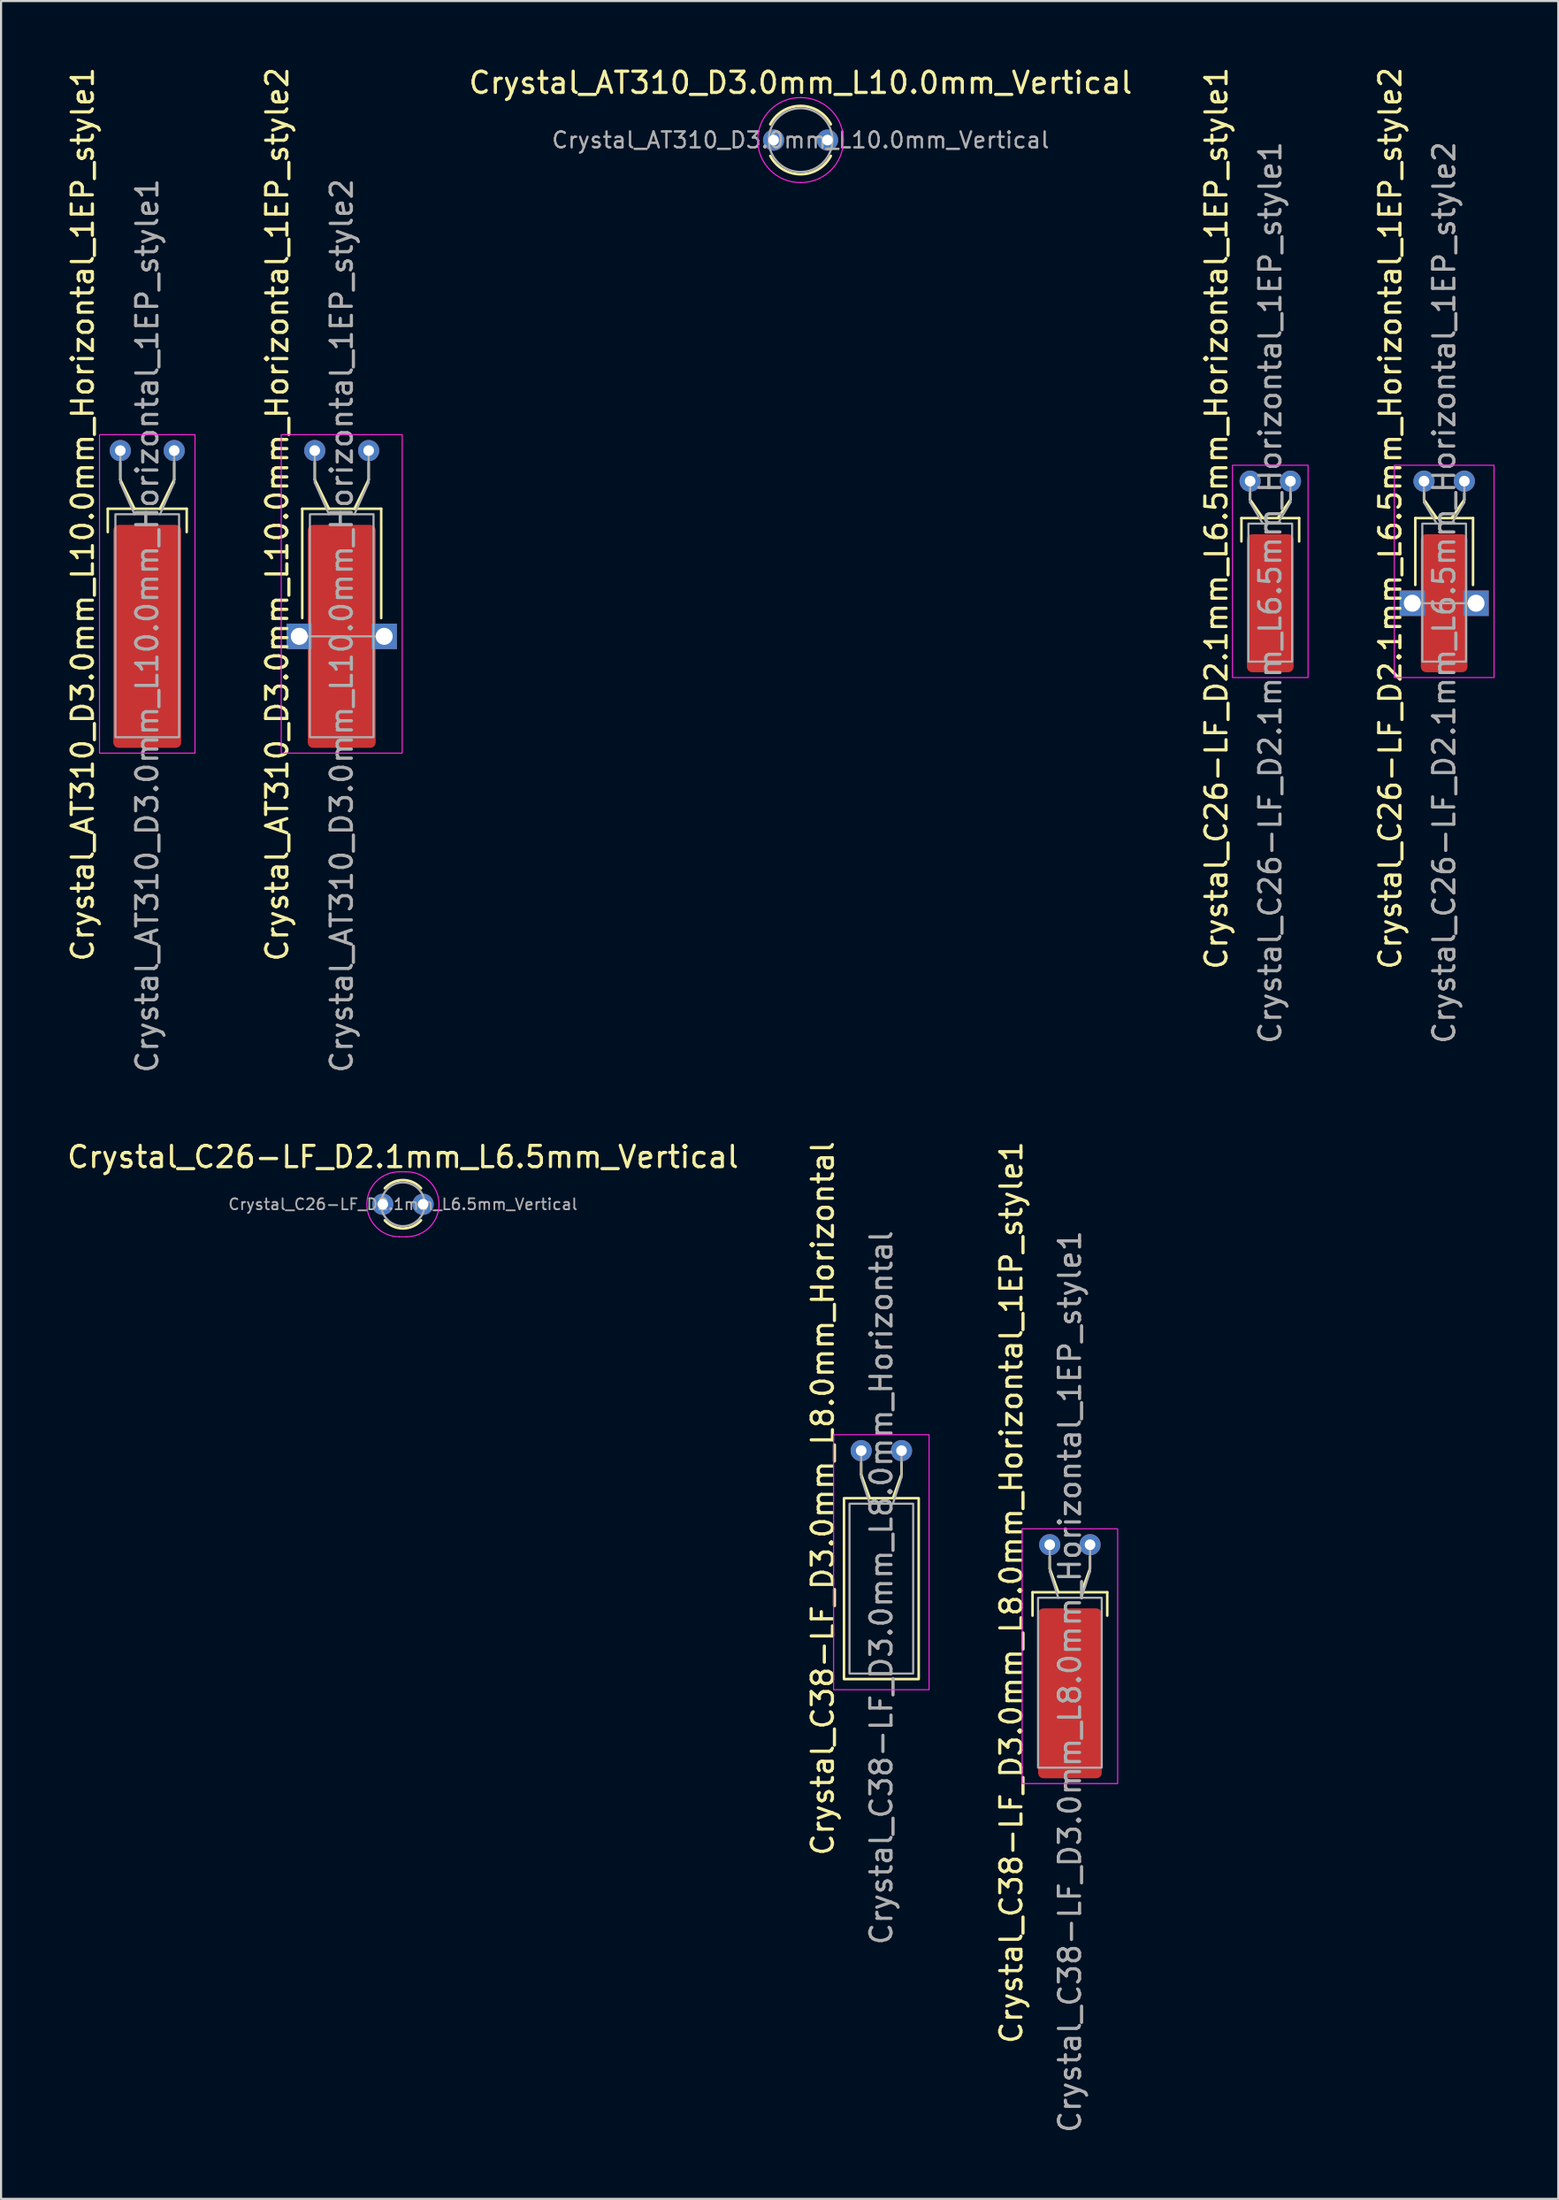
<source format=kicad_pcb>
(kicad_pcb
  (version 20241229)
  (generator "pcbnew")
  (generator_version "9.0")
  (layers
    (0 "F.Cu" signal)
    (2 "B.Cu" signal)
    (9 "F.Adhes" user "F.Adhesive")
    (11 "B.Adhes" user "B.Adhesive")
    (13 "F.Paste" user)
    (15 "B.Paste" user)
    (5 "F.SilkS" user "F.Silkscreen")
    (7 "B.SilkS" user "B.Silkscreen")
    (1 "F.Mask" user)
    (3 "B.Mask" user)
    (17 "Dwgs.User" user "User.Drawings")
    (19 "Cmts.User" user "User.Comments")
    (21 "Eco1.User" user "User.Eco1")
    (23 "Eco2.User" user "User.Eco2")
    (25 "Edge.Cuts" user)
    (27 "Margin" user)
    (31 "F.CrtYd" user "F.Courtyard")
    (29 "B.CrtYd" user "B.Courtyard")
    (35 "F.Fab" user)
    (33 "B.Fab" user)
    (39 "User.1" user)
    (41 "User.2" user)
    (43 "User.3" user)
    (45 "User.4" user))
  (footprint "Crystal_C38-LF_D3.0mm_L8.0mm_Horizontal"
    (layer "F.Cu")
    (at 37.527 65.277)
    (property "Reference" "Crystal_C38-LF_D3.0mm_L8.0mm_Horizontal" (at -1.81 2.252 90) (layer "F.SilkS") (effects (font (size 1 1) (thickness 0.15))))
    (attr through_hole)
    (fp_line (start 0 1.12) (end 0 0.56) (stroke (width 0.12) (type solid)) (layer "F.SilkS"))
    (fp_line (start 0.405 2.24) (end 0 1.12) (stroke (width 0.12) (type solid)) (layer "F.SilkS"))
    (fp_line (start 1.495 2.24) (end 1.9 1.12) (stroke (width 0.12) (type solid)) (layer "F.SilkS"))
    (fp_line (start 1.9 1.12) (end 1.9 0.56) (stroke (width 0.12) (type solid)) (layer "F.SilkS"))
    (fp_rect (start -0.81 2.24) (end 2.71 10.76) (stroke (width 0.12) (type solid)) (fill no) (layer "F.SilkS"))
    (fp_rect (start -1.3 -0.75) (end 3.2 11.26) (stroke (width 0.05) (type solid)) (fill no) (layer "F.CrtYd"))
    (fp_line (start 0 1.25) (end 0 0) (stroke (width 0.1) (type solid)) (layer "F.Fab"))
    (fp_line (start 0.405 2.5) (end 0 1.25) (stroke (width 0.1) (type solid)) (layer "F.Fab"))
    (fp_line (start 1.495 2.5) (end 1.9 1.25) (stroke (width 0.1) (type solid)) (layer "F.Fab"))
    (fp_line (start 1.9 1.25) (end 1.9 0) (stroke (width 0.1) (type solid)) (layer "F.Fab"))
    (fp_rect (start -0.55 2.5) (end 2.45 10.5) (stroke (width 0.1) (type solid)) (fill no) (layer "F.Fab"))
    (fp_text user "${REFERENCE}" (at 0.95 6.456 90) (layer "F.Fab") (effects (font (size 1 1) (thickness 0.15))))
    (pad "1" thru_hole circle (at 0 0) (size 1 1) (drill 0.5) (layers "*.Cu" "*.Mask"))
    (pad "2" thru_hole circle (at 1.9 0) (size 1 1) (drill 0.5) (layers "*.Cu" "*.Mask")))
  (footprint "Crystal_C26-LF_D2.1mm_L6.5mm_Horizontal_1EP_style1"
    (layer "F.Cu")
    (at 55.853 19.613)
    (property "Reference" "Crystal_C26-LF_D2.1mm_L6.5mm_Horizontal_1EP_style1" (at -1.59 1.75 90) (layer "F.SilkS") (effects (font (size 1 1) (thickness 0.15))))
    (attr through_hole)
    (fp_line (start -0.41 1.74) (end 2.31 1.74) (stroke (width 0.12) (type solid)) (layer "F.SilkS"))
    (fp_line (start -0.41 2.84) (end -0.41 1.74) (stroke (width 0.12) (type solid)) (layer "F.SilkS"))
    (fp_line (start 0 0.87) (end 0 0.56) (stroke (width 0.12) (type solid)) (layer "F.SilkS"))
    (fp_line (start 0.6 1.74) (end 0 0.87) (stroke (width 0.12) (type solid)) (layer "F.SilkS"))
    (fp_line (start 1.3 1.74) (end 1.9 0.87) (stroke (width 0.12) (type solid)) (layer "F.SilkS"))
    (fp_line (start 1.9 0.87) (end 1.9 0.56) (stroke (width 0.12) (type solid)) (layer "F.SilkS"))
    (fp_line (start 2.31 1.74) (end 2.31 2.84) (stroke (width 0.12) (type solid)) (layer "F.SilkS"))
    (fp_rect (start -0.83 -0.75) (end 2.73 9.25) (stroke (width 0.05) (type solid)) (fill no) (layer "F.CrtYd"))
    (fp_line (start 0 1) (end 0 0) (stroke (width 0.1) (type solid)) (layer "F.Fab"))
    (fp_line (start 0.6 2) (end 0 1) (stroke (width 0.1) (type solid)) (layer "F.Fab"))
    (fp_line (start 1.3 2) (end 1.9 1) (stroke (width 0.1) (type solid)) (layer "F.Fab"))
    (fp_line (start 1.9 1) (end 1.9 0) (stroke (width 0.1) (type solid)) (layer "F.Fab"))
    (fp_rect (start -0.08 2) (end 1.98 8.5) (stroke (width 0.1) (type solid)) (fill no) (layer "F.Fab"))
    (fp_text user "${REFERENCE}" (at 0.95 5.25 90) (layer "F.Fab") (effects (font (size 1 1) (thickness 0.15))))
    (pad "1" thru_hole circle (at 0 0) (size 1 1) (drill 0.5) (layers "*.Cu" "*.Mask"))
    (pad "2" thru_hole circle (at 1.9 0) (size 1 1) (drill 0.5) (layers "*.Cu" "*.Mask"))
    (pad "3" smd roundrect (at 0.95 5.75) (size 2.2 6.5) (layers "F.Cu" "F.Mask" "F.Paste") (roundrect_rratio 0.114)))
  (footprint "Crystal_AT310_D3.0mm_L10.0mm_Horizontal_1EP_style2"
    (layer "F.Cu")
    (at 11.781 18.173)
    (property "Reference" "Crystal_AT310_D3.0mm_L10.0mm_Horizontal_1EP_style2" (at -1.77 3 90) (layer "F.SilkS") (effects (font (size 1 1) (thickness 0.15))))
    (attr through_hole)
    (fp_line (start -0.59 2.74) (end 3.13 2.74) (stroke (width 0.12) (type solid)) (layer "F.SilkS"))
    (fp_line (start -0.59 7.89) (end -0.59 2.74) (stroke (width 0.12) (type solid)) (layer "F.SilkS"))
    (fp_line (start 0 1.37) (end 0 0.56) (stroke (width 0.12) (type solid)) (layer "F.SilkS"))
    (fp_line (start 0.67 2.74) (end 0 1.37) (stroke (width 0.12) (type solid)) (layer "F.SilkS"))
    (fp_line (start 1.87 2.74) (end 2.54 1.37) (stroke (width 0.12) (type solid)) (layer "F.SilkS"))
    (fp_line (start 2.54 1.37) (end 2.54 0.56) (stroke (width 0.12) (type solid)) (layer "F.SilkS"))
    (fp_line (start 3.13 2.74) (end 3.13 7.89) (stroke (width 0.12) (type solid)) (layer "F.SilkS"))
    (fp_rect (start -1.58 -0.75) (end 4.12 14.25) (stroke (width 0.05) (type solid)) (fill no) (layer "F.CrtYd"))
    (fp_line (start -0.73 8.75) (end 3.27 8.75) (stroke (width 0.1) (type solid)) (layer "F.Fab"))
    (fp_line (start 0 1.5) (end 0 0) (stroke (width 0.1) (type solid)) (layer "F.Fab"))
    (fp_line (start 0.67 3) (end 0 1.5) (stroke (width 0.1) (type solid)) (layer "F.Fab"))
    (fp_line (start 1.87 3) (end 2.54 1.5) (stroke (width 0.1) (type solid)) (layer "F.Fab"))
    (fp_line (start 2.54 1.5) (end 2.54 0) (stroke (width 0.1) (type solid)) (layer "F.Fab"))
    (fp_rect (start -0.23 3) (end 2.77 13.5) (stroke (width 0.1) (type solid)) (fill no) (layer "F.Fab"))
    (fp_text user "${REFERENCE}" (at 1.27 8.25 90) (layer "F.Fab") (effects (font (size 1 1) (thickness 0.15))))
    (pad "1" thru_hole circle (at 0 0) (size 1 1) (drill 0.5) (layers "*.Cu" "*.Mask"))
    (pad "2" thru_hole circle (at 2.54 0) (size 1 1) (drill 0.5) (layers "*.Cu" "*.Mask"))
    (pad "3" thru_hole rect (at -0.73 8.75) (size 1.2 1.2) (drill 0.8) (layers "*.Cu" "*.Mask"))
    (pad "3" smd roundrect (at 1.27 8.75) (size 3.2 10.5) (layers "F.Cu" "F.Mask" "F.Paste") (roundrect_rratio 0.078))
    (pad "3" thru_hole rect (at 3.27 8.75) (size 1.2 1.2) (drill 0.8) (layers "*.Cu" "*.Mask")))
  (footprint "Crystal_C26-LF_D2.1mm_L6.5mm_Horizontal_1EP_style2"
    (layer "F.Cu")
    (at 64.046 19.613)
    (property "Reference" "Crystal_C26-LF_D2.1mm_L6.5mm_Horizontal_1EP_style2" (at -1.59 1.75 90) (layer "F.SilkS") (effects (font (size 1 1) (thickness 0.15))))
    (attr through_hole)
    (fp_line (start -0.41 1.74) (end 2.31 1.74) (stroke (width 0.12) (type solid)) (layer "F.SilkS"))
    (fp_line (start -0.41 4.89) (end -0.41 1.74) (stroke (width 0.12) (type solid)) (layer "F.SilkS"))
    (fp_line (start 0 0.87) (end 0 0.56) (stroke (width 0.12) (type solid)) (layer "F.SilkS"))
    (fp_line (start 0.6 1.74) (end 0 0.87) (stroke (width 0.12) (type solid)) (layer "F.SilkS"))
    (fp_line (start 1.3 1.74) (end 1.9 0.87) (stroke (width 0.12) (type solid)) (layer "F.SilkS"))
    (fp_line (start 1.9 0.87) (end 1.9 0.56) (stroke (width 0.12) (type solid)) (layer "F.SilkS"))
    (fp_line (start 2.31 1.74) (end 2.31 4.89) (stroke (width 0.12) (type solid)) (layer "F.SilkS"))
    (fp_rect (start -1.4 -0.75) (end 3.3 9.25) (stroke (width 0.05) (type solid)) (fill no) (layer "F.CrtYd"))
    (fp_line (start -0.55 5.75) (end 2.45 5.75) (stroke (width 0.1) (type solid)) (layer "F.Fab"))
    (fp_line (start 0 1) (end 0 0) (stroke (width 0.1) (type solid)) (layer "F.Fab"))
    (fp_line (start 0.6 2) (end 0 1) (stroke (width 0.1) (type solid)) (layer "F.Fab"))
    (fp_line (start 1.3 2) (end 1.9 1) (stroke (width 0.1) (type solid)) (layer "F.Fab"))
    (fp_line (start 1.9 1) (end 1.9 0) (stroke (width 0.1) (type solid)) (layer "F.Fab"))
    (fp_rect (start -0.08 2) (end 1.98 8.5) (stroke (width 0.1) (type solid)) (fill no) (layer "F.Fab"))
    (fp_text user "${REFERENCE}" (at 0.95 5.25 90) (layer "F.Fab") (effects (font (size 1 1) (thickness 0.15))))
    (pad "1" thru_hole circle (at 0 0) (size 1 1) (drill 0.5) (layers "*.Cu" "*.Mask"))
    (pad "2" thru_hole circle (at 1.9 0) (size 1 1) (drill 0.5) (layers "*.Cu" "*.Mask"))
    (pad "3" thru_hole rect (at -0.55 5.75) (size 1.2 1.2) (drill 0.8) (layers "*.Cu" "*.Mask"))
    (pad "3" smd roundrect (at 0.95 5.75) (size 2.2 6.5) (layers "F.Cu" "F.Mask" "F.Paste") (roundrect_rratio 0.114))
    (pad "3" thru_hole rect (at 2.45 5.75) (size 1.2 1.2) (drill 0.8) (layers "*.Cu" "*.Mask")))
  (footprint "Crystal_AT310_D3.0mm_L10.0mm_Vertical"
    (layer "F.Cu")
    (at 33.401 3.548)
    (property "Reference" "Crystal_AT310_D3.0mm_L10.0mm_Vertical" (at 1.27 -2.7 0) (layer "F.SilkS") (effects (font (size 1 1) (thickness 0.15))))
    (attr through_hole)
    (fp_arc (start -0.158 -0.743) (mid 1.27 -1.61) (end 2.698 -0.743) (stroke (width 0.12) (type solid)) (layer "F.SilkS"))
    (fp_arc (start 2.698 0.743) (mid 1.27 1.61) (end -0.158 0.743) (stroke (width 0.12) (type solid)) (layer "F.SilkS"))
    (fp_line (start 1.25 -2) (end 1.29 -2) (stroke (width 0.05) (type solid)) (layer "F.CrtYd"))
    (fp_line (start 1.29 2) (end 1.25 2) (stroke (width 0.05) (type solid)) (layer "F.CrtYd"))
    (fp_arc (start 1.25 2) (mid -0.75 0) (end 1.25 -2) (stroke (width 0.05) (type solid)) (layer "F.CrtYd"))
    (fp_arc (start 1.29 -2) (mid 3.29 0) (end 1.29 2) (stroke (width 0.05) (type solid)) (layer "F.CrtYd"))
    (fp_circle (center 1.27 0) (end 2.77 0) (stroke (width 0.1) (type solid)) (fill no) (layer "F.Fab"))
    (fp_text user "${REFERENCE}" (at 1.27 0 0) (layer "F.Fab") (effects (font (size 0.75 0.75) (thickness 0.11))))
    (pad "1" thru_hole circle (at 0 0) (size 1 1) (drill 0.5) (layers "*.Cu" "*.Mask"))
    (pad "2" thru_hole circle (at 2.54 0) (size 1 1) (drill 0.5) (layers "*.Cu" "*.Mask")))
  (footprint "Crystal_C38-LF_D3.0mm_L8.0mm_Horizontal_1EP_style1"
    (layer "F.Cu")
    (at 46.411 69.708)
    (property "Reference" "Crystal_C38-LF_D3.0mm_L8.0mm_Horizontal_1EP_style1" (at -1.81 2.25 90) (layer "F.SilkS") (effects (font (size 1 1) (thickness 0.15))))
    (attr through_hole)
    (fp_line (start -0.81 2.24) (end 2.71 2.24) (stroke (width 0.12) (type solid)) (layer "F.SilkS"))
    (fp_line (start -0.81 3.34) (end -0.81 2.24) (stroke (width 0.12) (type solid)) (layer "F.SilkS"))
    (fp_line (start 0 1.12) (end 0 0.56) (stroke (width 0.12) (type solid)) (layer "F.SilkS"))
    (fp_line (start 0.405 2.24) (end 0 1.12) (stroke (width 0.12) (type solid)) (layer "F.SilkS"))
    (fp_line (start 1.495 2.24) (end 1.9 1.12) (stroke (width 0.12) (type solid)) (layer "F.SilkS"))
    (fp_line (start 1.9 1.12) (end 1.9 0.56) (stroke (width 0.12) (type solid)) (layer "F.SilkS"))
    (fp_line (start 2.71 2.24) (end 2.71 3.34) (stroke (width 0.12) (type solid)) (layer "F.SilkS"))
    (fp_rect (start -1.3 -0.75) (end 3.2 11.25) (stroke (width 0.05) (type solid)) (fill no) (layer "F.CrtYd"))
    (fp_line (start 0 1.25) (end 0 0) (stroke (width 0.1) (type solid)) (layer "F.Fab"))
    (fp_line (start 0.405 2.5) (end 0 1.25) (stroke (width 0.1) (type solid)) (layer "F.Fab"))
    (fp_line (start 1.495 2.5) (end 1.9 1.25) (stroke (width 0.1) (type solid)) (layer "F.Fab"))
    (fp_line (start 1.9 1.25) (end 1.9 0) (stroke (width 0.1) (type solid)) (layer "F.Fab"))
    (fp_rect (start -0.55 2.5) (end 2.45 10.5) (stroke (width 0.1) (type solid)) (fill no) (layer "F.Fab"))
    (fp_text user "${REFERENCE}" (at 0.95 6.45 90) (layer "F.Fab") (effects (font (size 1 1) (thickness 0.15))))
    (pad "1" thru_hole circle (at 0 0) (size 1 1) (drill 0.5) (layers "*.Cu" "*.Mask"))
    (pad "2" thru_hole circle (at 1.9 0) (size 1 1) (drill 0.5) (layers "*.Cu" "*.Mask"))
    (pad "3" smd roundrect (at 0.95 7) (size 3 8) (layers "F.Cu" "F.Mask" "F.Paste") (roundrect_rratio 0.083)))
  (footprint "Crystal_C26-LF_D2.1mm_L6.5mm_Vertical"
    (layer "F.Cu")
    (at 14.985 53.673)
    (property "Reference" "Crystal_C26-LF_D2.1mm_L6.5mm_Vertical" (at 0.95 -2.23 0) (layer "F.SilkS") (effects (font (size 1 1) (thickness 0.15))))
    (attr through_hole)
    (fp_arc (start 0.095 -0.754) (mid 0.95 -1.14) (end 1.805 -0.754) (stroke (width 0.12) (type solid)) (layer "F.SilkS"))
    (fp_arc (start 1.805 0.754) (mid 0.95 1.14) (end 0.095 0.754) (stroke (width 0.12) (type solid)) (layer "F.SilkS"))
    (fp_line (start 0.78 -1.53) (end 1.12 -1.53) (stroke (width 0.05) (type solid)) (layer "F.CrtYd"))
    (fp_line (start 1.12 1.53) (end 0.78 1.53) (stroke (width 0.05) (type solid)) (layer "F.CrtYd"))
    (fp_arc (start 0.78 1.53) (mid -0.75 0) (end 0.78 -1.53) (stroke (width 0.05) (type solid)) (layer "F.CrtYd"))
    (fp_arc (start 1.12 -1.53) (mid 2.65 0) (end 1.12 1.53) (stroke (width 0.05) (type solid)) (layer "F.CrtYd"))
    (fp_circle (center 0.95 0) (end 1.98 0) (stroke (width 0.1) (type solid)) (fill no) (layer "F.Fab"))
    (fp_text user "${REFERENCE}" (at 0.95 0 0) (layer "F.Fab") (effects (font (size 0.52 0.52) (thickness 0.08))))
    (pad "1" thru_hole circle (at 0 0) (size 1 1) (drill 0.5) (layers "*.Cu" "*.Mask"))
    (pad "2" thru_hole circle (at 1.9 0) (size 1 1) (drill 0.5) (layers "*.Cu" "*.Mask")))
  (footprint "Crystal_AT310_D3.0mm_L10.0mm_Horizontal_1EP_style1"
    (layer "F.Cu")
    (at 2.618 18.173)
    (property "Reference" "Crystal_AT310_D3.0mm_L10.0mm_Horizontal_1EP_style1" (at -1.77 3 90) (layer "F.SilkS") (effects (font (size 1 1) (thickness 0.15))))
    (attr through_hole)
    (fp_line (start -0.59 2.74) (end 3.13 2.74) (stroke (width 0.12) (type solid)) (layer "F.SilkS"))
    (fp_line (start -0.59 3.84) (end -0.59 2.74) (stroke (width 0.12) (type solid)) (layer "F.SilkS"))
    (fp_line (start 0 1.37) (end 0 0.56) (stroke (width 0.12) (type solid)) (layer "F.SilkS"))
    (fp_line (start 0.67 2.74) (end 0 1.37) (stroke (width 0.12) (type solid)) (layer "F.SilkS"))
    (fp_line (start 1.87 2.74) (end 2.54 1.37) (stroke (width 0.12) (type solid)) (layer "F.SilkS"))
    (fp_line (start 2.54 1.37) (end 2.54 0.56) (stroke (width 0.12) (type solid)) (layer "F.SilkS"))
    (fp_line (start 3.13 2.74) (end 3.13 3.84) (stroke (width 0.12) (type solid)) (layer "F.SilkS"))
    (fp_rect (start -0.98 -0.75) (end 3.52 14.25) (stroke (width 0.05) (type solid)) (fill no) (layer "F.CrtYd"))
    (fp_line (start 0 1.5) (end 0 0) (stroke (width 0.1) (type solid)) (layer "F.Fab"))
    (fp_line (start 0.67 3) (end 0 1.5) (stroke (width 0.1) (type solid)) (layer "F.Fab"))
    (fp_line (start 1.87 3) (end 2.54 1.5) (stroke (width 0.1) (type solid)) (layer "F.Fab"))
    (fp_line (start 2.54 1.5) (end 2.54 0) (stroke (width 0.1) (type solid)) (layer "F.Fab"))
    (fp_rect (start -0.23 3) (end 2.77 13.5) (stroke (width 0.1) (type solid)) (fill no) (layer "F.Fab"))
    (fp_text user "${REFERENCE}" (at 1.27 8.25 90) (layer "F.Fab") (effects (font (size 1 1) (thickness 0.15))))
    (pad "1" thru_hole circle (at 0 0) (size 1 1) (drill 0.5) (layers "*.Cu" "*.Mask"))
    (pad "2" thru_hole circle (at 2.54 0) (size 1 1) (drill 0.5) (layers "*.Cu" "*.Mask"))
    (pad "3" smd roundrect (at 1.27 8.75) (size 3.2 10.5) (layers "F.Cu" "F.Mask" "F.Paste") (roundrect_rratio 0.078)))
  (gr_rect
    (start -3 -3)
    (end 70.371 100.521)
    (stroke (width 0.1) (type default))
    (fill no)
    (layer "Edge.Cuts")))
</source>
